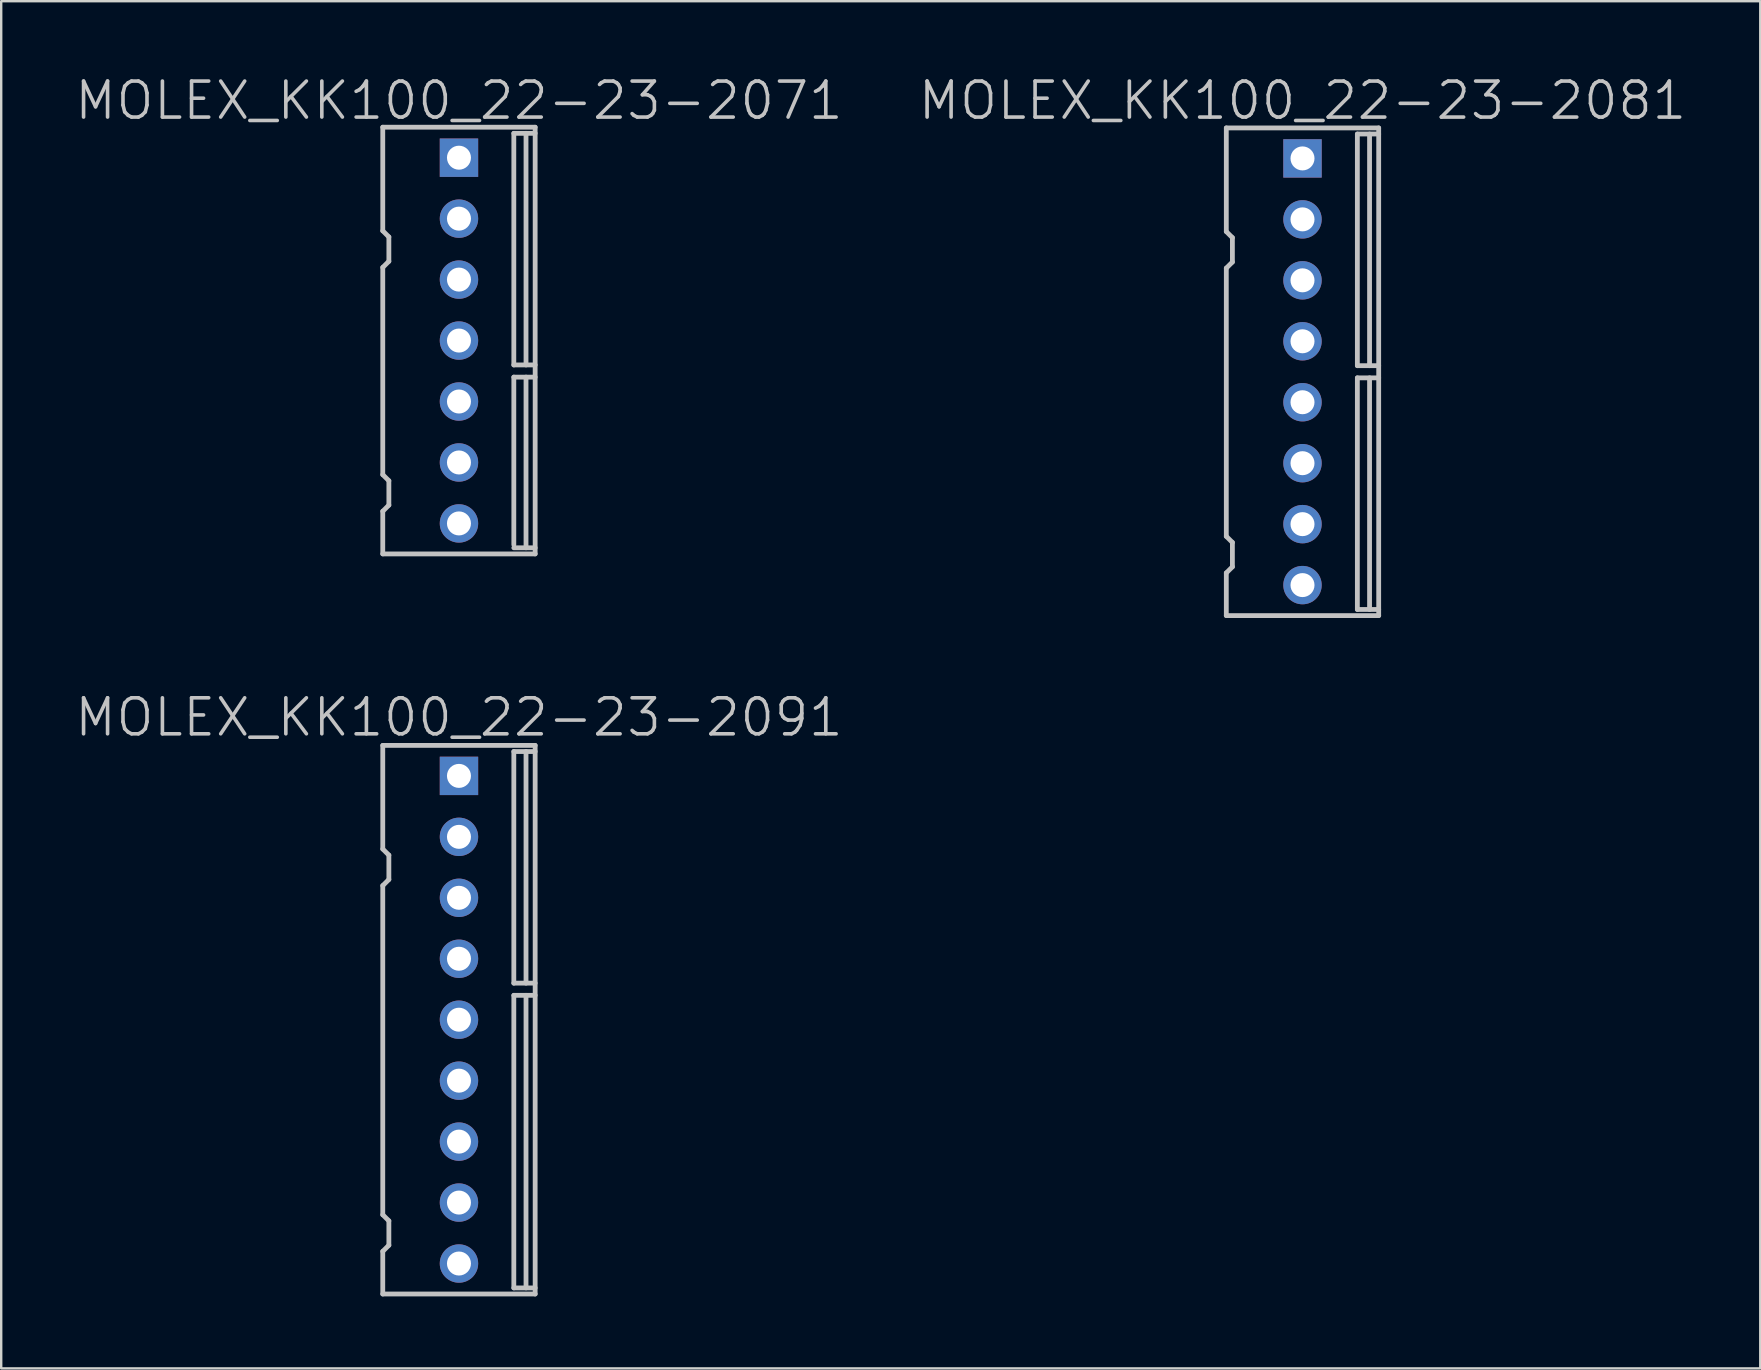
<source format=kicad_pcb>
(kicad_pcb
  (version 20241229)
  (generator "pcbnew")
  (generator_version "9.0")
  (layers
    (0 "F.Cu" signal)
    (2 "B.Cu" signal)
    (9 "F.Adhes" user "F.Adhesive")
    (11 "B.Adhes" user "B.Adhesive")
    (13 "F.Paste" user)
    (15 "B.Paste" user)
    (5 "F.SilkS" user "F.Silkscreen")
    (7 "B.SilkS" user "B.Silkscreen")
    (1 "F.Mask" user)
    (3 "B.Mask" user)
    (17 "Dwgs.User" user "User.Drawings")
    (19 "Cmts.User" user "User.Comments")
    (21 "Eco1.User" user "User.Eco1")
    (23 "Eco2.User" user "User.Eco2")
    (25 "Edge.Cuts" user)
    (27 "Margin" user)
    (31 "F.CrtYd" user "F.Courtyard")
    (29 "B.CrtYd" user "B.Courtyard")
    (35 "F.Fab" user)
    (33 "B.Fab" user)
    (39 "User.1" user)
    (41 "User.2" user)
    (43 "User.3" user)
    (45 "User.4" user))
  (footprint "MOLEX_KK100_22-23-2071"
    (layer "F.Cu")
    (at 16.075 11.141)
    (property "Reference" "MOLEX_KK100_22-23-2071" (at 0 -10 180) (layer "Dwgs.User") (effects (font (size 1.5 1.5) (thickness 0.15))))
    (attr through_hole)
    (fp_line (start -3.175 -8.89) (end 3.175 -8.89) (stroke (width 0.2) (type solid)) (layer "Dwgs.User"))
    (fp_line (start -3.175 -4.572) (end -3.175 -8.89) (stroke (width 0.2) (type solid)) (layer "Dwgs.User"))
    (fp_line (start -3.175 -3.048) (end -3.175 5.588) (stroke (width 0.2) (type solid)) (layer "Dwgs.User"))
    (fp_line (start -3.175 7.112) (end -3.175 8.89) (stroke (width 0.2) (type solid)) (layer "Dwgs.User"))
    (fp_line (start -2.921 -4.318) (end -3.175 -4.572) (stroke (width 0.2) (type solid)) (layer "Dwgs.User"))
    (fp_line (start -2.921 -4.318) (end -2.921 -3.302) (stroke (width 0.2) (type solid)) (layer "Dwgs.User"))
    (fp_line (start -2.921 -3.302) (end -3.175 -3.048) (stroke (width 0.2) (type solid)) (layer "Dwgs.User"))
    (fp_line (start -2.921 5.842) (end -3.175 5.588) (stroke (width 0.2) (type solid)) (layer "Dwgs.User"))
    (fp_line (start -2.921 5.842) (end -2.921 6.858) (stroke (width 0.2) (type solid)) (layer "Dwgs.User"))
    (fp_line (start -2.921 6.858) (end -3.175 7.112) (stroke (width 0.2) (type solid)) (layer "Dwgs.User"))
    (fp_line (start 2.286 -8.636) (end 3.175 -8.636) (stroke (width 0.2) (type solid)) (layer "Dwgs.User"))
    (fp_line (start 2.286 1.016) (end 2.286 -8.636) (stroke (width 0.2) (type solid)) (layer "Dwgs.User"))
    (fp_line (start 2.286 1.016) (end 3.175 1.016) (stroke (width 0.2) (type solid)) (layer "Dwgs.User"))
    (fp_line (start 2.286 1.524) (end 2.286 8.509) (stroke (width 0.2) (type solid)) (layer "Dwgs.User"))
    (fp_line (start 2.286 1.524) (end 3.175 1.524) (stroke (width 0.2) (type solid)) (layer "Dwgs.User"))
    (fp_line (start 2.286 8.636) (end 3.175 8.636) (stroke (width 0.2) (type solid)) (layer "Dwgs.User"))
    (fp_line (start 2.794 1.016) (end 2.794 -8.636) (stroke (width 0.2) (type solid)) (layer "Dwgs.User"))
    (fp_line (start 2.794 1.524) (end 2.794 8.636) (stroke (width 0.2) (type solid)) (layer "Dwgs.User"))
    (fp_line (start 3.175 8.89) (end -3.175 8.89) (stroke (width 0.2) (type solid)) (layer "Dwgs.User"))
    (fp_line (start 3.175 8.89) (end 3.175 -8.89) (stroke (width 0.2) (type solid)) (layer "Dwgs.User"))
    (pad "1" thru_hole rect (at 0 -7.62) (size 1.6 1.6) (drill 1) (layers "*.Cu" "*.Mask"))
    (pad "2" thru_hole circle (at 0 -5.08) (size 1.6 1.6) (drill 1) (layers "*.Cu" "*.Mask"))
    (pad "3" thru_hole circle (at 0 -2.54) (size 1.6 1.6) (drill 1) (layers "*.Cu" "*.Mask"))
    (pad "4" thru_hole circle (at 0 0) (size 1.6 1.6) (drill 1) (layers "*.Cu" "*.Mask"))
    (pad "5" thru_hole circle (at 0 2.54) (size 1.6 1.6) (drill 1) (layers "*.Cu" "*.Mask"))
    (pad "6" thru_hole circle (at 0 5.08) (size 1.6 1.6) (drill 1) (layers "*.Cu" "*.Mask"))
    (pad "7" thru_hole circle (at 0 7.62) (size 1.6 1.6) (drill 1) (layers "*.Cu" "*.Mask")))
  (footprint "MOLEX_KK100_22-23-2081"
    (layer "F.Cu")
    (at 51.225 12.441)
    (property "Reference" "MOLEX_KK100_22-23-2081" (at 0 -11.3 180) (layer "Dwgs.User") (effects (font (size 1.5 1.5) (thickness 0.15))))
    (attr through_hole)
    (fp_line (start -3.175 -10.16) (end 3.175 -10.16) (stroke (width 0.2) (type solid)) (layer "Dwgs.User"))
    (fp_line (start -3.175 -5.842) (end -3.175 -10.16) (stroke (width 0.2) (type solid)) (layer "Dwgs.User"))
    (fp_line (start -3.175 -4.318) (end -3.175 6.858) (stroke (width 0.2) (type solid)) (layer "Dwgs.User"))
    (fp_line (start -3.175 8.382) (end -3.175 10.16) (stroke (width 0.2) (type solid)) (layer "Dwgs.User"))
    (fp_line (start -2.921 -5.588) (end -3.175 -5.842) (stroke (width 0.2) (type solid)) (layer "Dwgs.User"))
    (fp_line (start -2.921 -5.588) (end -2.921 -4.572) (stroke (width 0.2) (type solid)) (layer "Dwgs.User"))
    (fp_line (start -2.921 -4.572) (end -3.175 -4.318) (stroke (width 0.2) (type solid)) (layer "Dwgs.User"))
    (fp_line (start -2.921 7.112) (end -3.175 6.858) (stroke (width 0.2) (type solid)) (layer "Dwgs.User"))
    (fp_line (start -2.921 7.112) (end -2.921 8.128) (stroke (width 0.2) (type solid)) (layer "Dwgs.User"))
    (fp_line (start -2.921 8.128) (end -3.175 8.382) (stroke (width 0.2) (type solid)) (layer "Dwgs.User"))
    (fp_line (start 2.286 -9.906) (end 3.175 -9.906) (stroke (width 0.2) (type solid)) (layer "Dwgs.User"))
    (fp_line (start 2.286 -0.254) (end 2.286 -9.906) (stroke (width 0.2) (type solid)) (layer "Dwgs.User"))
    (fp_line (start 2.286 -0.254) (end 3.175 -0.254) (stroke (width 0.2) (type solid)) (layer "Dwgs.User"))
    (fp_line (start 2.286 0.254) (end 2.286 9.906) (stroke (width 0.2) (type solid)) (layer "Dwgs.User"))
    (fp_line (start 2.286 0.254) (end 3.175 0.254) (stroke (width 0.2) (type solid)) (layer "Dwgs.User"))
    (fp_line (start 2.286 9.906) (end 3.175 9.906) (stroke (width 0.2) (type solid)) (layer "Dwgs.User"))
    (fp_line (start 2.794 -0.254) (end 2.794 -9.906) (stroke (width 0.2) (type solid)) (layer "Dwgs.User"))
    (fp_line (start 2.794 0.254) (end 2.794 9.906) (stroke (width 0.2) (type solid)) (layer "Dwgs.User"))
    (fp_line (start 3.175 10.16) (end -3.175 10.16) (stroke (width 0.2) (type solid)) (layer "Dwgs.User"))
    (fp_line (start 3.175 10.16) (end 3.175 -10.16) (stroke (width 0.2) (type solid)) (layer "Dwgs.User"))
    (pad "1" thru_hole rect (at 0 -8.89) (size 1.6 1.6) (drill 1) (layers "*.Cu" "*.Mask"))
    (pad "2" thru_hole circle (at 0 -6.35) (size 1.6 1.6) (drill 1) (layers "*.Cu" "*.Mask"))
    (pad "3" thru_hole circle (at 0 -3.81) (size 1.6 1.6) (drill 1) (layers "*.Cu" "*.Mask"))
    (pad "4" thru_hole circle (at 0 -1.27) (size 1.6 1.6) (drill 1) (layers "*.Cu" "*.Mask"))
    (pad "5" thru_hole circle (at 0 1.27) (size 1.6 1.6) (drill 1) (layers "*.Cu" "*.Mask"))
    (pad "6" thru_hole circle (at 0 3.81) (size 1.6 1.6) (drill 1) (layers "*.Cu" "*.Mask"))
    (pad "7" thru_hole circle (at 0 6.35) (size 1.6 1.6) (drill 1) (layers "*.Cu" "*.Mask"))
    (pad "8" thru_hole circle (at 0 8.89) (size 1.6 1.6) (drill 1) (layers "*.Cu" "*.Mask")))
  (footprint "MOLEX_KK100_22-23-2091"
    (layer "F.Cu")
    (at 16.075 39.441)
    (property "Reference" "MOLEX_KK100_22-23-2091" (at 0 -12.6 180) (layer "Dwgs.User") (effects (font (size 1.5 1.5) (thickness 0.15))))
    (attr through_hole)
    (fp_line (start -3.175 -11.43) (end 3.175 -11.43) (stroke (width 0.2) (type solid)) (layer "Dwgs.User"))
    (fp_line (start -3.175 -7.112) (end -3.175 -11.43) (stroke (width 0.2) (type solid)) (layer "Dwgs.User"))
    (fp_line (start -3.175 -5.588) (end -3.175 8.128) (stroke (width 0.2) (type solid)) (layer "Dwgs.User"))
    (fp_line (start -3.175 9.652) (end -3.175 11.43) (stroke (width 0.2) (type solid)) (layer "Dwgs.User"))
    (fp_line (start -2.921 -6.858) (end -3.175 -7.112) (stroke (width 0.2) (type solid)) (layer "Dwgs.User"))
    (fp_line (start -2.921 -6.858) (end -2.921 -5.842) (stroke (width 0.2) (type solid)) (layer "Dwgs.User"))
    (fp_line (start -2.921 -5.842) (end -3.175 -5.588) (stroke (width 0.2) (type solid)) (layer "Dwgs.User"))
    (fp_line (start -2.921 8.382) (end -3.175 8.128) (stroke (width 0.2) (type solid)) (layer "Dwgs.User"))
    (fp_line (start -2.921 8.382) (end -2.921 9.398) (stroke (width 0.2) (type solid)) (layer "Dwgs.User"))
    (fp_line (start -2.921 9.398) (end -3.175 9.652) (stroke (width 0.2) (type solid)) (layer "Dwgs.User"))
    (fp_line (start 2.286 -11.176) (end 3.175 -11.176) (stroke (width 0.2) (type solid)) (layer "Dwgs.User"))
    (fp_line (start 2.286 -1.524) (end 2.286 -11.176) (stroke (width 0.2) (type solid)) (layer "Dwgs.User"))
    (fp_line (start 2.286 -1.524) (end 3.175 -1.524) (stroke (width 0.2) (type solid)) (layer "Dwgs.User"))
    (fp_line (start 2.286 -1.016) (end 2.286 11.176) (stroke (width 0.2) (type solid)) (layer "Dwgs.User"))
    (fp_line (start 2.286 -1.016) (end 3.175 -1.016) (stroke (width 0.2) (type solid)) (layer "Dwgs.User"))
    (fp_line (start 2.286 11.176) (end 3.175 11.176) (stroke (width 0.2) (type solid)) (layer "Dwgs.User"))
    (fp_line (start 2.794 -1.524) (end 2.794 -11.176) (stroke (width 0.2) (type solid)) (layer "Dwgs.User"))
    (fp_line (start 2.794 -1.016) (end 2.794 11.176) (stroke (width 0.2) (type solid)) (layer "Dwgs.User"))
    (fp_line (start 3.175 -11.43) (end 3.175 11.43) (stroke (width 0.2) (type solid)) (layer "Dwgs.User"))
    (fp_line (start 3.175 11.43) (end -3.175 11.43) (stroke (width 0.2) (type solid)) (layer "Dwgs.User"))
    (pad "1" thru_hole rect (at 0 -10.16) (size 1.6 1.6) (drill 1) (layers "*.Cu" "*.Mask"))
    (pad "2" thru_hole circle (at 0 -7.62) (size 1.6 1.6) (drill 1) (layers "*.Cu" "*.Mask"))
    (pad "3" thru_hole circle (at 0 -5.08) (size 1.6 1.6) (drill 1) (layers "*.Cu" "*.Mask"))
    (pad "4" thru_hole circle (at 0 -2.54) (size 1.6 1.6) (drill 1) (layers "*.Cu" "*.Mask"))
    (pad "5" thru_hole circle (at 0 0) (size 1.6 1.6) (drill 1) (layers "*.Cu" "*.Mask"))
    (pad "6" thru_hole circle (at 0 2.54) (size 1.6 1.6) (drill 1) (layers "*.Cu" "*.Mask"))
    (pad "7" thru_hole circle (at 0 5.08) (size 1.6 1.6) (drill 1) (layers "*.Cu" "*.Mask"))
    (pad "8" thru_hole circle (at 0 7.62) (size 1.6 1.6) (drill 1) (layers "*.Cu" "*.Mask"))
    (pad "9" thru_hole circle (at 0 10.16) (size 1.6 1.6) (drill 1) (layers "*.Cu" "*.Mask")))
  (gr_rect
    (start -3 -3)
    (end 70.3 53.971)
    (stroke (width 0.1) (type default))
    (fill no)
    (layer "Edge.Cuts")))
</source>
